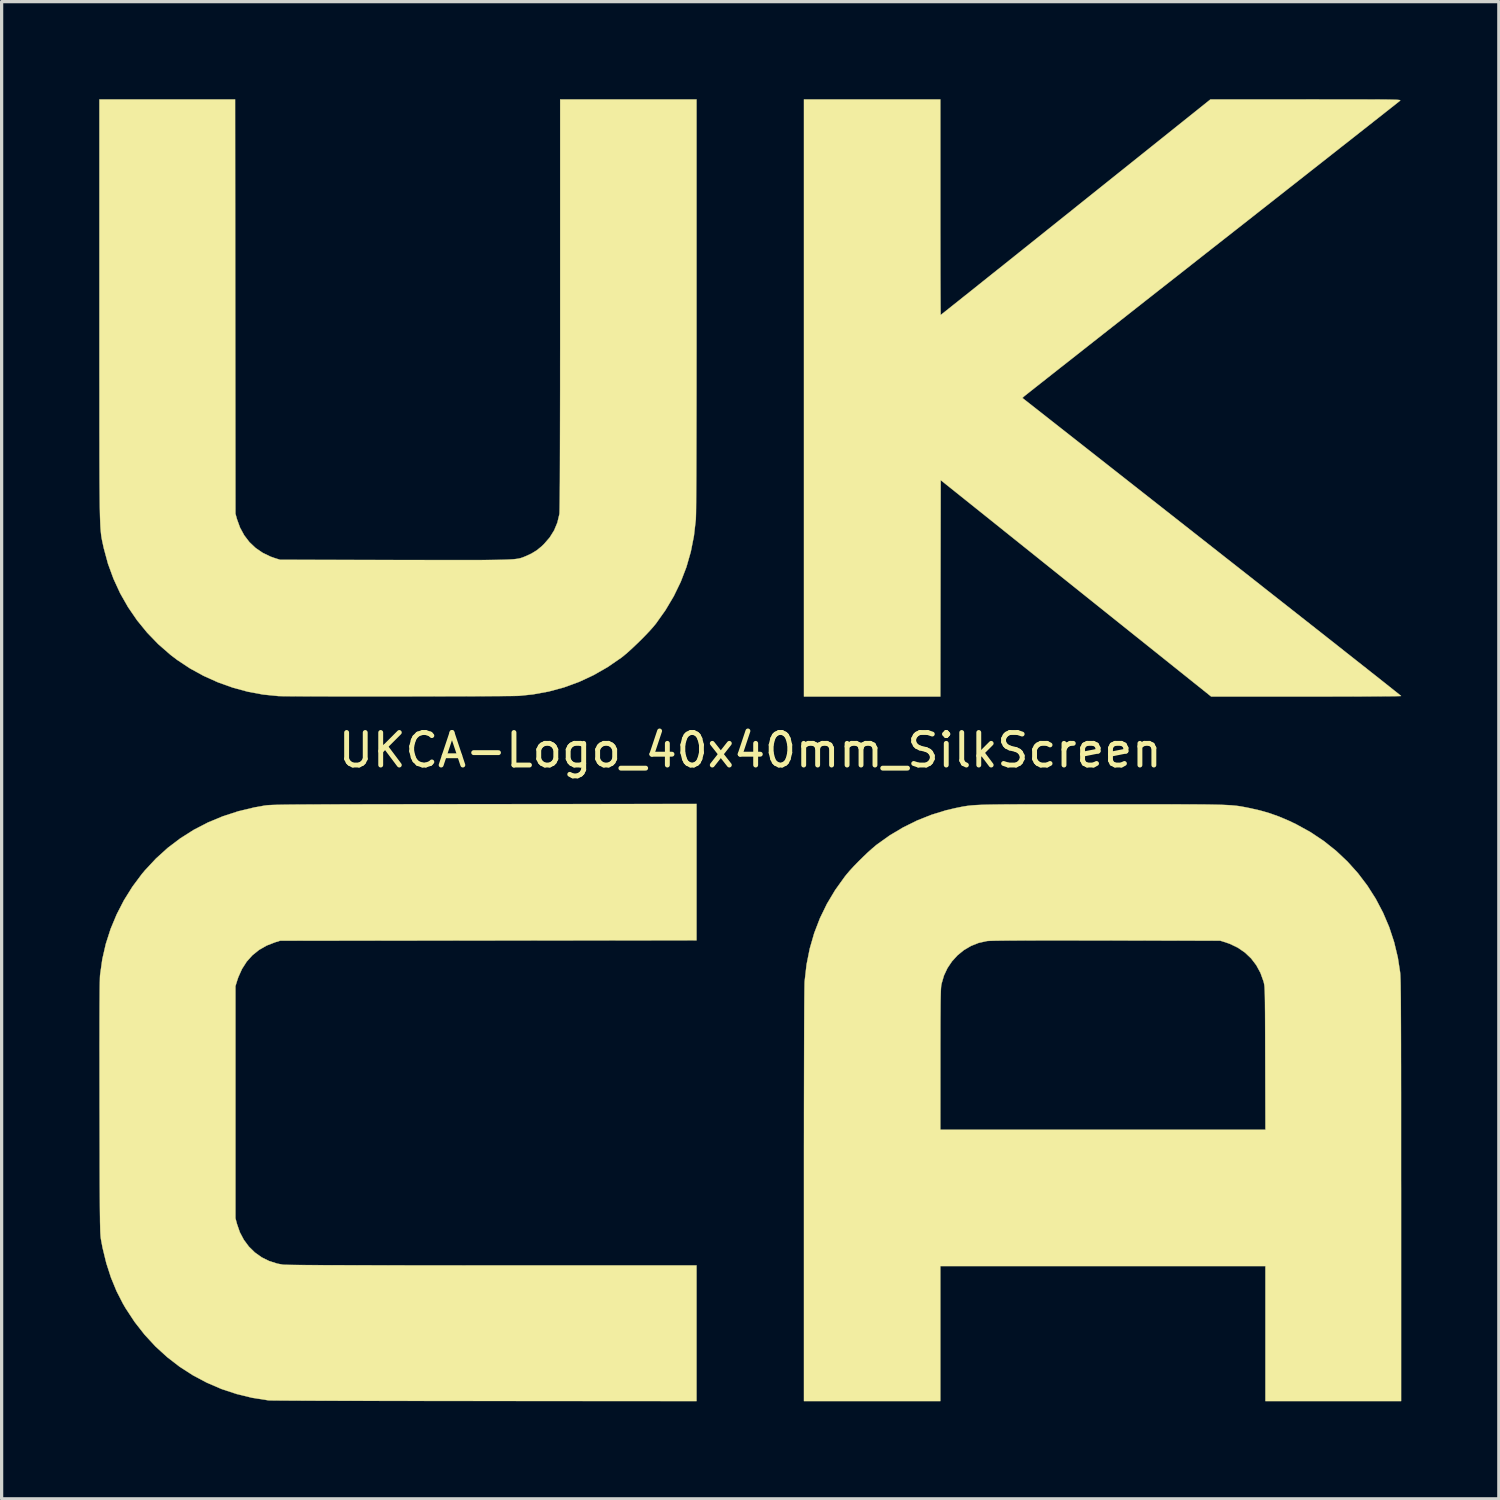
<source format=kicad_pcb>
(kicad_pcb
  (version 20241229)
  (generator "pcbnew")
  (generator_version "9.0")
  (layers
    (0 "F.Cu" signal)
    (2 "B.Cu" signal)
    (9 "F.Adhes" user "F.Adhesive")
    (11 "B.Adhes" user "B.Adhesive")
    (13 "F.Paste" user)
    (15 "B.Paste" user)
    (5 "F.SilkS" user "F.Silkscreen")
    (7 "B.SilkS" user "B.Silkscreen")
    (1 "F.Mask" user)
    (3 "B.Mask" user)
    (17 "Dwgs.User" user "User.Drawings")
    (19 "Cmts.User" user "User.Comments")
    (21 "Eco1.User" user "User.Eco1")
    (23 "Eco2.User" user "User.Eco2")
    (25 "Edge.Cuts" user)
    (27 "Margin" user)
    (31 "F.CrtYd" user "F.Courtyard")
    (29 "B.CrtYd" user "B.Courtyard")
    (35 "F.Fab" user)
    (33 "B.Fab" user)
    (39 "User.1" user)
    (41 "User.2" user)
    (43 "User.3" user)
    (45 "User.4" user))
  (footprint "UKCA-Logo_40x40mm_SilkScreen"
    (layer "F.Cu")
    (at 20.008 20.008)
    (property "Reference" "UKCA-Logo_40x40mm_SilkScreen" (at 0 0 0) (layer "F.SilkS") (effects (font (size 1 1) (thickness 0.15))))
    (attr exclude_from_pos_files exclude_from_bom allow_missing_courtyard)
    (fp_poly (pts (xy 5.842 -16.69) (xy 5.842 -16.319) (xy 5.842 -15.96) (xy 5.843 -15.614) (xy 5.843 -15.285) (xy 5.844 -14.975) (xy 5.844 -14.685) (xy 5.845 -14.418) (xy 5.846 -14.176) (xy 5.847 -13.962) (xy 5.848 -13.777) (xy 5.849 -13.625) (xy 5.85 -13.507) (xy 5.851 -13.426) (xy 5.852 -13.383) (xy 5.853 -13.377) (xy 5.87 -13.39) (xy 5.919 -13.429) (xy 5.998 -13.491) (xy 6.106 -13.577) (xy 6.241 -13.685) (xy 6.403 -13.813) (xy 6.589 -13.962) (xy 6.798 -14.128) (xy 7.029 -14.313) (xy 7.281 -14.514) (xy 7.552 -14.73) (xy 7.84 -14.96) (xy 8.144 -15.203) (xy 8.463 -15.458) (xy 8.796 -15.724) (xy 9.141 -16) (xy 9.496 -16.284) (xy 9.861 -16.575) (xy 10.004 -16.69) (xy 14.145 -20.003) (xy 17.078 -20.003) (xy 17.489 -20.002) (xy 17.86 -20.002) (xy 18.192 -20.002) (xy 18.488 -20.002) (xy 18.75 -20.002) (xy 18.98 -20.001) (xy 19.179 -20.001) (xy 19.351 -20) (xy 19.497 -19.999) (xy 19.619 -19.997) (xy 19.719 -19.995) (xy 19.799 -19.993) (xy 19.861 -19.991) (xy 19.907 -19.988) (xy 19.94 -19.985) (xy 19.961 -19.982) (xy 19.973 -19.978) (xy 19.977 -19.973) (xy 19.975 -19.968) (xy 19.97 -19.963) (xy 19.951 -19.947) (xy 19.899 -19.906) (xy 19.816 -19.84) (xy 19.704 -19.752) (xy 19.563 -19.641) (xy 19.395 -19.508) (xy 19.201 -19.356) (xy 18.982 -19.183) (xy 18.74 -18.993) (xy 18.475 -18.784) (xy 18.189 -18.56) (xy 17.883 -18.319) (xy 17.559 -18.064) (xy 17.216 -17.795) (xy 16.858 -17.513) (xy 16.484 -17.22) (xy 16.097 -16.915) (xy 15.697 -16.601) (xy 15.285 -16.277) (xy 14.863 -15.946) (xy 14.432 -15.608) (xy 14.192 -15.42) (xy 13.757 -15.078) (xy 13.33 -14.742) (xy 12.912 -14.414) (xy 12.505 -14.095) (xy 12.11 -13.785) (xy 11.729 -13.485) (xy 11.362 -13.196) (xy 11.01 -12.92) (xy 10.676 -12.657) (xy 10.359 -12.408) (xy 10.062 -12.174) (xy 9.785 -11.956) (xy 9.53 -11.756) (xy 9.298 -11.573) (xy 9.09 -11.409) (xy 8.907 -11.265) (xy 8.751 -11.142) (xy 8.623 -11.041) (xy 8.524 -10.962) (xy 8.454 -10.907) (xy 8.417 -10.877) (xy 8.41 -10.871) (xy 8.364 -10.827) (xy 14.183 -6.256) (xy 14.621 -5.911) (xy 15.051 -5.574) (xy 15.471 -5.244) (xy 15.879 -4.922) (xy 16.276 -4.61) (xy 16.659 -4.309) (xy 17.028 -4.019) (xy 17.381 -3.741) (xy 17.717 -3.476) (xy 18.035 -3.226) (xy 18.333 -2.99) (xy 18.611 -2.771) (xy 18.868 -2.569) (xy 19.101 -2.384) (xy 19.311 -2.219) (xy 19.495 -2.073) (xy 19.652 -1.948) (xy 19.782 -1.845) (xy 19.883 -1.765) (xy 19.954 -1.708) (xy 19.994 -1.675) (xy 20.003 -1.668) (xy 19.982 -1.666) (xy 19.921 -1.664) (xy 19.823 -1.662) (xy 19.69 -1.66) (xy 19.524 -1.659) (xy 19.327 -1.657) (xy 19.103 -1.656) (xy 18.854 -1.654) (xy 18.581 -1.653) (xy 18.288 -1.652) (xy 17.977 -1.652) (xy 17.65 -1.651) (xy 17.309 -1.651) (xy 17.084 -1.651) (xy 14.166 -1.651) (xy 10.009 -4.976) (xy 5.853 -8.302) (xy 5.847 -4.976) (xy 5.842 -1.651) (xy 1.651 -1.651) (xy 1.651 -20.003) (xy 5.842 -20.003) (xy 5.842 -16.69)) (stroke (width 0.01) (type solid)) (fill yes) (layer "F.SilkS"))
    (fp_poly (pts (xy -1.651 5.842) (xy -14.446 5.853) (xy -14.604 5.902) (xy -14.864 6.003) (xy -15.096 6.136) (xy -15.3 6.3) (xy -15.475 6.495) (xy -15.619 6.719) (xy -15.732 6.97) (xy -15.763 7.06) (xy -15.822 7.25) (xy -15.822 14.383) (xy -15.775 14.559) (xy -15.686 14.816) (xy -15.563 15.048) (xy -15.409 15.255) (xy -15.227 15.434) (xy -15.019 15.583) (xy -14.788 15.698) (xy -14.537 15.778) (xy -14.365 15.81) (xy -14.329 15.813) (xy -14.257 15.815) (xy -14.15 15.817) (xy -14.007 15.819) (xy -13.827 15.821) (xy -13.61 15.823) (xy -13.356 15.824) (xy -13.064 15.826) (xy -12.735 15.827) (xy -12.366 15.828) (xy -11.959 15.829) (xy -11.512 15.83) (xy -11.025 15.831) (xy -10.498 15.832) (xy -9.931 15.832) (xy -9.322 15.832) (xy -8.672 15.833) (xy -7.981 15.833) (xy -1.651 15.833) (xy -1.651 20.003) (xy -8.154 20) (xy -8.678 19.999) (xy -9.192 19.999) (xy -9.693 19.999) (xy -10.182 19.998) (xy -10.655 19.997) (xy -11.111 19.997) (xy -11.549 19.996) (xy -11.967 19.995) (xy -12.362 19.994) (xy -12.735 19.993) (xy -13.082 19.992) (xy -13.402 19.991) (xy -13.694 19.99) (xy -13.956 19.988) (xy -14.186 19.987) (xy -14.382 19.986) (xy -14.544 19.984) (xy -14.668 19.983) (xy -14.754 19.982) (xy -14.8 19.98) (xy -14.806 19.98) (xy -15.304 19.902) (xy -15.786 19.785) (xy -16.253 19.63) (xy -16.701 19.437) (xy -17.13 19.209) (xy -17.537 18.947) (xy -17.922 18.65) (xy -18.282 18.321) (xy -18.615 17.96) (xy -18.921 17.569) (xy -19.197 17.149) (xy -19.276 17.014) (xy -19.477 16.621) (xy -19.648 16.205) (xy -19.791 15.762) (xy -19.906 15.29) (xy -19.953 15.039) (xy -19.958 15.01) (xy -19.962 14.978) (xy -19.966 14.941) (xy -19.969 14.896) (xy -19.973 14.842) (xy -19.976 14.776) (xy -19.978 14.698) (xy -19.98 14.605) (xy -19.983 14.494) (xy -19.984 14.365) (xy -19.986 14.215) (xy -19.988 14.043) (xy -19.989 13.846) (xy -19.99 13.623) (xy -19.992 13.371) (xy -19.993 13.089) (xy -19.994 12.775) (xy -19.994 12.427) (xy -19.995 12.043) (xy -19.996 11.622) (xy -19.997 11.16) (xy -19.998 10.986) (xy -19.998 10.452) (xy -19.999 9.959) (xy -19.999 9.507) (xy -20 9.094) (xy -19.999 8.72) (xy -19.999 8.384) (xy -19.998 8.084) (xy -19.997 7.82) (xy -19.995 7.591) (xy -19.994 7.395) (xy -19.992 7.232) (xy -19.989 7.101) (xy -19.987 7.002) (xy -19.984 6.932) (xy -19.981 6.9) (xy -19.914 6.423) (xy -19.806 5.952) (xy -19.658 5.491) (xy -19.471 5.043) (xy -19.248 4.61) (xy -18.989 4.195) (xy -18.696 3.802) (xy -18.602 3.69) (xy -18.265 3.329) (xy -17.902 3) (xy -17.514 2.706) (xy -17.101 2.445) (xy -16.665 2.219) (xy -16.207 2.029) (xy -15.726 1.873) (xy -15.225 1.754) (xy -14.92 1.7) (xy -14.895 1.697) (xy -14.867 1.693) (xy -14.833 1.69) (xy -14.794 1.687) (xy -14.747 1.685) (xy -14.691 1.682) (xy -14.625 1.68) (xy -14.547 1.678) (xy -14.455 1.676) (xy -14.349 1.674) (xy -14.226 1.672) (xy -14.085 1.671) (xy -13.926 1.669) (xy -13.746 1.668) (xy -13.544 1.667) (xy -13.318 1.666) (xy -13.068 1.665) (xy -12.792 1.664) (xy -12.487 1.663) (xy -12.154 1.662) (xy -11.789 1.661) (xy -11.393 1.661) (xy -10.964 1.66) (xy -10.499 1.659) (xy -9.998 1.659) (xy -9.459 1.658) (xy -8.881 1.657) (xy -8.263 1.657) (xy -8.165 1.657) (xy -1.651 1.65) (xy -1.651 5.842)) (stroke (width 0.01) (type solid)) (fill yes) (layer "F.SilkS"))
    (fp_poly (pts (xy -15.828 -13.637) (xy -15.822 -7.271) (xy -15.775 -7.101) (xy -15.681 -6.842) (xy -15.553 -6.607) (xy -15.394 -6.398) (xy -15.204 -6.218) (xy -14.985 -6.068) (xy -14.741 -5.95) (xy -14.604 -5.902) (xy -14.446 -5.853) (xy -10.923 -5.847) (xy -10.459 -5.846) (xy -10.034 -5.846) (xy -9.648 -5.845) (xy -9.299 -5.845) (xy -8.984 -5.845) (xy -8.701 -5.845) (xy -8.449 -5.845) (xy -8.225 -5.846) (xy -8.028 -5.848) (xy -7.855 -5.85) (xy -7.705 -5.852) (xy -7.575 -5.855) (xy -7.464 -5.859) (xy -7.37 -5.864) (xy -7.29 -5.869) (xy -7.222 -5.876) (xy -7.165 -5.883) (xy -7.117 -5.891) (xy -7.076 -5.9) (xy -7.039 -5.911) (xy -7.005 -5.922) (xy -6.972 -5.935) (xy -6.937 -5.949) (xy -6.912 -5.959) (xy -6.724 -6.045) (xy -6.562 -6.144) (xy -6.41 -6.268) (xy -6.338 -6.338) (xy -6.163 -6.54) (xy -6.027 -6.758) (xy -5.928 -6.996) (xy -5.866 -7.254) (xy -5.865 -7.26) (xy -5.862 -7.294) (xy -5.86 -7.364) (xy -5.858 -7.471) (xy -5.856 -7.615) (xy -5.854 -7.797) (xy -5.852 -8.016) (xy -5.85 -8.274) (xy -5.849 -8.57) (xy -5.848 -8.904) (xy -5.847 -9.279) (xy -5.846 -9.692) (xy -5.845 -10.146) (xy -5.844 -10.639) (xy -5.843 -11.174) (xy -5.843 -11.749) (xy -5.842 -12.366) (xy -5.842 -13.024) (xy -5.842 -13.7) (xy -5.842 -20.003) (xy -1.651 -20.003) (xy -1.651 -13.69) (xy -1.651 -12.998) (xy -1.651 -12.342) (xy -1.652 -11.724) (xy -1.652 -11.141) (xy -1.653 -10.597) (xy -1.654 -10.09) (xy -1.655 -9.62) (xy -1.656 -9.19) (xy -1.657 -8.798) (xy -1.658 -8.445) (xy -1.66 -8.132) (xy -1.662 -7.859) (xy -1.663 -7.626) (xy -1.665 -7.434) (xy -1.667 -7.282) (xy -1.67 -7.173) (xy -1.672 -7.105) (xy -1.673 -7.091) (xy -1.731 -6.587) (xy -1.827 -6.101) (xy -1.962 -5.631) (xy -2.136 -5.177) (xy -2.35 -4.736) (xy -2.604 -4.308) (xy -2.897 -3.895) (xy -2.982 -3.792) (xy -3.092 -3.668) (xy -3.221 -3.532) (xy -3.362 -3.389) (xy -3.508 -3.247) (xy -3.651 -3.112) (xy -3.785 -2.991) (xy -3.903 -2.892) (xy -3.962 -2.846) (xy -4.382 -2.557) (xy -4.816 -2.309) (xy -5.262 -2.101) (xy -5.721 -1.933) (xy -6.195 -1.805) (xy -6.684 -1.716) (xy -7.101 -1.673) (xy -7.148 -1.671) (xy -7.234 -1.669) (xy -7.357 -1.667) (xy -7.514 -1.666) (xy -7.703 -1.664) (xy -7.92 -1.663) (xy -8.162 -1.662) (xy -8.428 -1.66) (xy -8.713 -1.659) (xy -9.016 -1.658) (xy -9.334 -1.658) (xy -9.664 -1.657) (xy -10.003 -1.656) (xy -10.348 -1.656) (xy -10.697 -1.655) (xy -11.047 -1.655) (xy -11.394 -1.655) (xy -11.737 -1.655) (xy -12.073 -1.655) (xy -12.398 -1.655) (xy -12.711 -1.655) (xy -13.007 -1.656) (xy -13.285 -1.656) (xy -13.542 -1.657) (xy -13.775 -1.658) (xy -13.98 -1.659) (xy -14.157 -1.66) (xy -14.301 -1.661) (xy -14.409 -1.663) (xy -14.48 -1.665) (xy -14.499 -1.665) (xy -14.97 -1.712) (xy -15.439 -1.799) (xy -15.903 -1.925) (xy -16.357 -2.087) (xy -16.796 -2.284) (xy -17.216 -2.514) (xy -17.611 -2.775) (xy -17.822 -2.936) (xy -18.194 -3.261) (xy -18.535 -3.614) (xy -18.845 -3.994) (xy -19.122 -4.398) (xy -19.364 -4.823) (xy -19.569 -5.268) (xy -19.738 -5.729) (xy -19.867 -6.204) (xy -19.886 -6.29) (xy -19.897 -6.341) (xy -19.907 -6.388) (xy -19.917 -6.433) (xy -19.926 -6.478) (xy -19.934 -6.522) (xy -19.942 -6.569) (xy -19.949 -6.619) (xy -19.955 -6.674) (xy -19.961 -6.736) (xy -19.967 -6.805) (xy -19.972 -6.884) (xy -19.976 -6.974) (xy -19.98 -7.076) (xy -19.984 -7.192) (xy -19.987 -7.324) (xy -19.99 -7.472) (xy -19.992 -7.638) (xy -19.994 -7.824) (xy -19.996 -8.031) (xy -19.998 -8.261) (xy -19.999 -8.515) (xy -20 -8.795) (xy -20.001 -9.101) (xy -20.001 -9.437) (xy -20.002 -9.802) (xy -20.002 -10.199) (xy -20.002 -10.629) (xy -20.002 -11.093) (xy -20.003 -11.593) (xy -20.003 -12.131) (xy -20.003 -12.707) (xy -20.003 -13.324) (xy -20.003 -13.541) (xy -20.003 -20.003) (xy -15.833 -20.003) (xy -15.828 -13.637)) (stroke (width 0.01) (type solid)) (fill yes) (layer "F.SilkS"))
    (fp_poly (pts (xy 10.461 1.662) (xy 10.816 1.662) (xy 11.295 1.662) (xy 11.734 1.662) (xy 12.134 1.662) (xy 12.498 1.662) (xy 12.828 1.662) (xy 13.125 1.663) (xy 13.393 1.664) (xy 13.633 1.665) (xy 13.846 1.666) (xy 14.036 1.668) (xy 14.203 1.671) (xy 14.351 1.674) (xy 14.48 1.677) (xy 14.594 1.682) (xy 14.694 1.687) (xy 14.783 1.692) (xy 14.861 1.699) (xy 14.932 1.706) (xy 14.997 1.714) (xy 15.059 1.723) (xy 15.119 1.734) (xy 15.179 1.745) (xy 15.242 1.757) (xy 15.31 1.771) (xy 15.348 1.778) (xy 15.665 1.85) (xy 15.964 1.936) (xy 16.257 2.041) (xy 16.558 2.169) (xy 16.785 2.278) (xy 17.217 2.516) (xy 17.623 2.787) (xy 18.003 3.089) (xy 18.354 3.42) (xy 18.676 3.778) (xy 18.966 4.16) (xy 19.224 4.565) (xy 19.448 4.991) (xy 19.637 5.435) (xy 19.789 5.897) (xy 19.903 6.372) (xy 19.971 6.813) (xy 19.974 6.843) (xy 19.977 6.882) (xy 19.98 6.929) (xy 19.982 6.988) (xy 19.985 7.058) (xy 19.987 7.142) (xy 19.989 7.241) (xy 19.99 7.356) (xy 19.992 7.488) (xy 19.994 7.64) (xy 19.995 7.813) (xy 19.996 8.007) (xy 19.997 8.224) (xy 19.998 8.467) (xy 19.999 8.735) (xy 20 9.031) (xy 20 9.356) (xy 20.001 9.711) (xy 20.001 10.097) (xy 20.002 10.517) (xy 20.002 10.972) (xy 20.002 11.462) (xy 20.002 11.989) (xy 20.002 12.556) (xy 20.002 13.162) (xy 20.003 13.541) (xy 20.003 20.003) (xy 15.833 20.003) (xy 15.833 15.854) (xy 5.842 15.854) (xy 5.842 20.003) (xy 1.651 20.003) (xy 1.651 13.69) (xy 1.651 13.007) (xy 1.651 12.359) (xy 1.652 11.746) (xy 1.652 11.663) (xy 5.842 11.663) (xy 15.834 11.663) (xy 15.828 9.467) (xy 15.827 9.114) (xy 15.826 8.801) (xy 15.825 8.525) (xy 15.824 8.284) (xy 15.823 8.075) (xy 15.821 7.895) (xy 15.82 7.742) (xy 15.818 7.613) (xy 15.816 7.506) (xy 15.813 7.418) (xy 15.81 7.347) (xy 15.807 7.289) (xy 15.803 7.243) (xy 15.798 7.205) (xy 15.792 7.174) (xy 15.786 7.146) (xy 15.779 7.119) (xy 15.774 7.101) (xy 15.681 6.842) (xy 15.554 6.608) (xy 15.395 6.399) (xy 15.206 6.219) (xy 14.988 6.069) (xy 14.744 5.951) (xy 14.604 5.902) (xy 14.446 5.853) (xy 10.943 5.846) (xy 10.444 5.846) (xy 9.986 5.845) (xy 9.568 5.845) (xy 9.188 5.845) (xy 8.847 5.845) (xy 8.542 5.846) (xy 8.273 5.847) (xy 8.038 5.848) (xy 7.837 5.849) (xy 7.668 5.851) (xy 7.529 5.853) (xy 7.421 5.856) (xy 7.341 5.859) (xy 7.289 5.862) (xy 7.273 5.864) (xy 7.021 5.92) (xy 6.785 6.014) (xy 6.567 6.142) (xy 6.372 6.3) (xy 6.202 6.486) (xy 6.061 6.695) (xy 5.953 6.925) (xy 5.881 7.172) (xy 5.872 7.217) (xy 5.867 7.253) (xy 5.863 7.303) (xy 5.859 7.369) (xy 5.856 7.455) (xy 5.853 7.562) (xy 5.85 7.693) (xy 5.848 7.85) (xy 5.847 8.035) (xy 5.845 8.251) (xy 5.844 8.5) (xy 5.844 8.784) (xy 5.843 9.105) (xy 5.843 9.466) (xy 5.843 9.52) (xy 5.842 11.663) (xy 1.652 11.663) (xy 1.652 11.169) (xy 1.653 10.628) (xy 1.654 10.123) (xy 1.655 9.655) (xy 1.656 9.225) (xy 1.657 8.832) (xy 1.658 8.478) (xy 1.66 8.162) (xy 1.661 7.886) (xy 1.663 7.649) (xy 1.665 7.453) (xy 1.667 7.298) (xy 1.669 7.183) (xy 1.671 7.111) (xy 1.673 7.091) (xy 1.731 6.586) (xy 1.829 6.096) (xy 1.966 5.621) (xy 2.142 5.163) (xy 2.357 4.721) (xy 2.611 4.296) (xy 2.903 3.889) (xy 2.961 3.816) (xy 3.059 3.701) (xy 3.181 3.568) (xy 3.32 3.425) (xy 3.466 3.281) (xy 3.611 3.142) (xy 3.749 3.019) (xy 3.869 2.917) (xy 3.895 2.897) (xy 4.284 2.619) (xy 4.697 2.373) (xy 5.127 2.16) (xy 5.57 1.984) (xy 6.02 1.845) (xy 6.308 1.778) (xy 6.377 1.764) (xy 6.44 1.751) (xy 6.499 1.739) (xy 6.557 1.728) (xy 6.615 1.719) (xy 6.675 1.71) (xy 6.74 1.702) (xy 6.81 1.695) (xy 6.89 1.689) (xy 6.979 1.684) (xy 7.081 1.679) (xy 7.198 1.675) (xy 7.33 1.672) (xy 7.482 1.669) (xy 7.654 1.667) (xy 7.848 1.665) (xy 8.068 1.664) (xy 8.313 1.663) (xy 8.588 1.662) (xy 8.893 1.662) (xy 9.231 1.662) (xy 9.603 1.662) (xy 10.013 1.662) (xy 10.461 1.662)) (stroke (width 0.01) (type solid)) (fill yes) (layer "F.SilkS")))
  (gr_rect
    (start -3 -3)
    (end 43.015 43.015)
    (stroke (width 0.1) (type default))
    (fill no)
    (layer "Edge.Cuts")))
</source>
